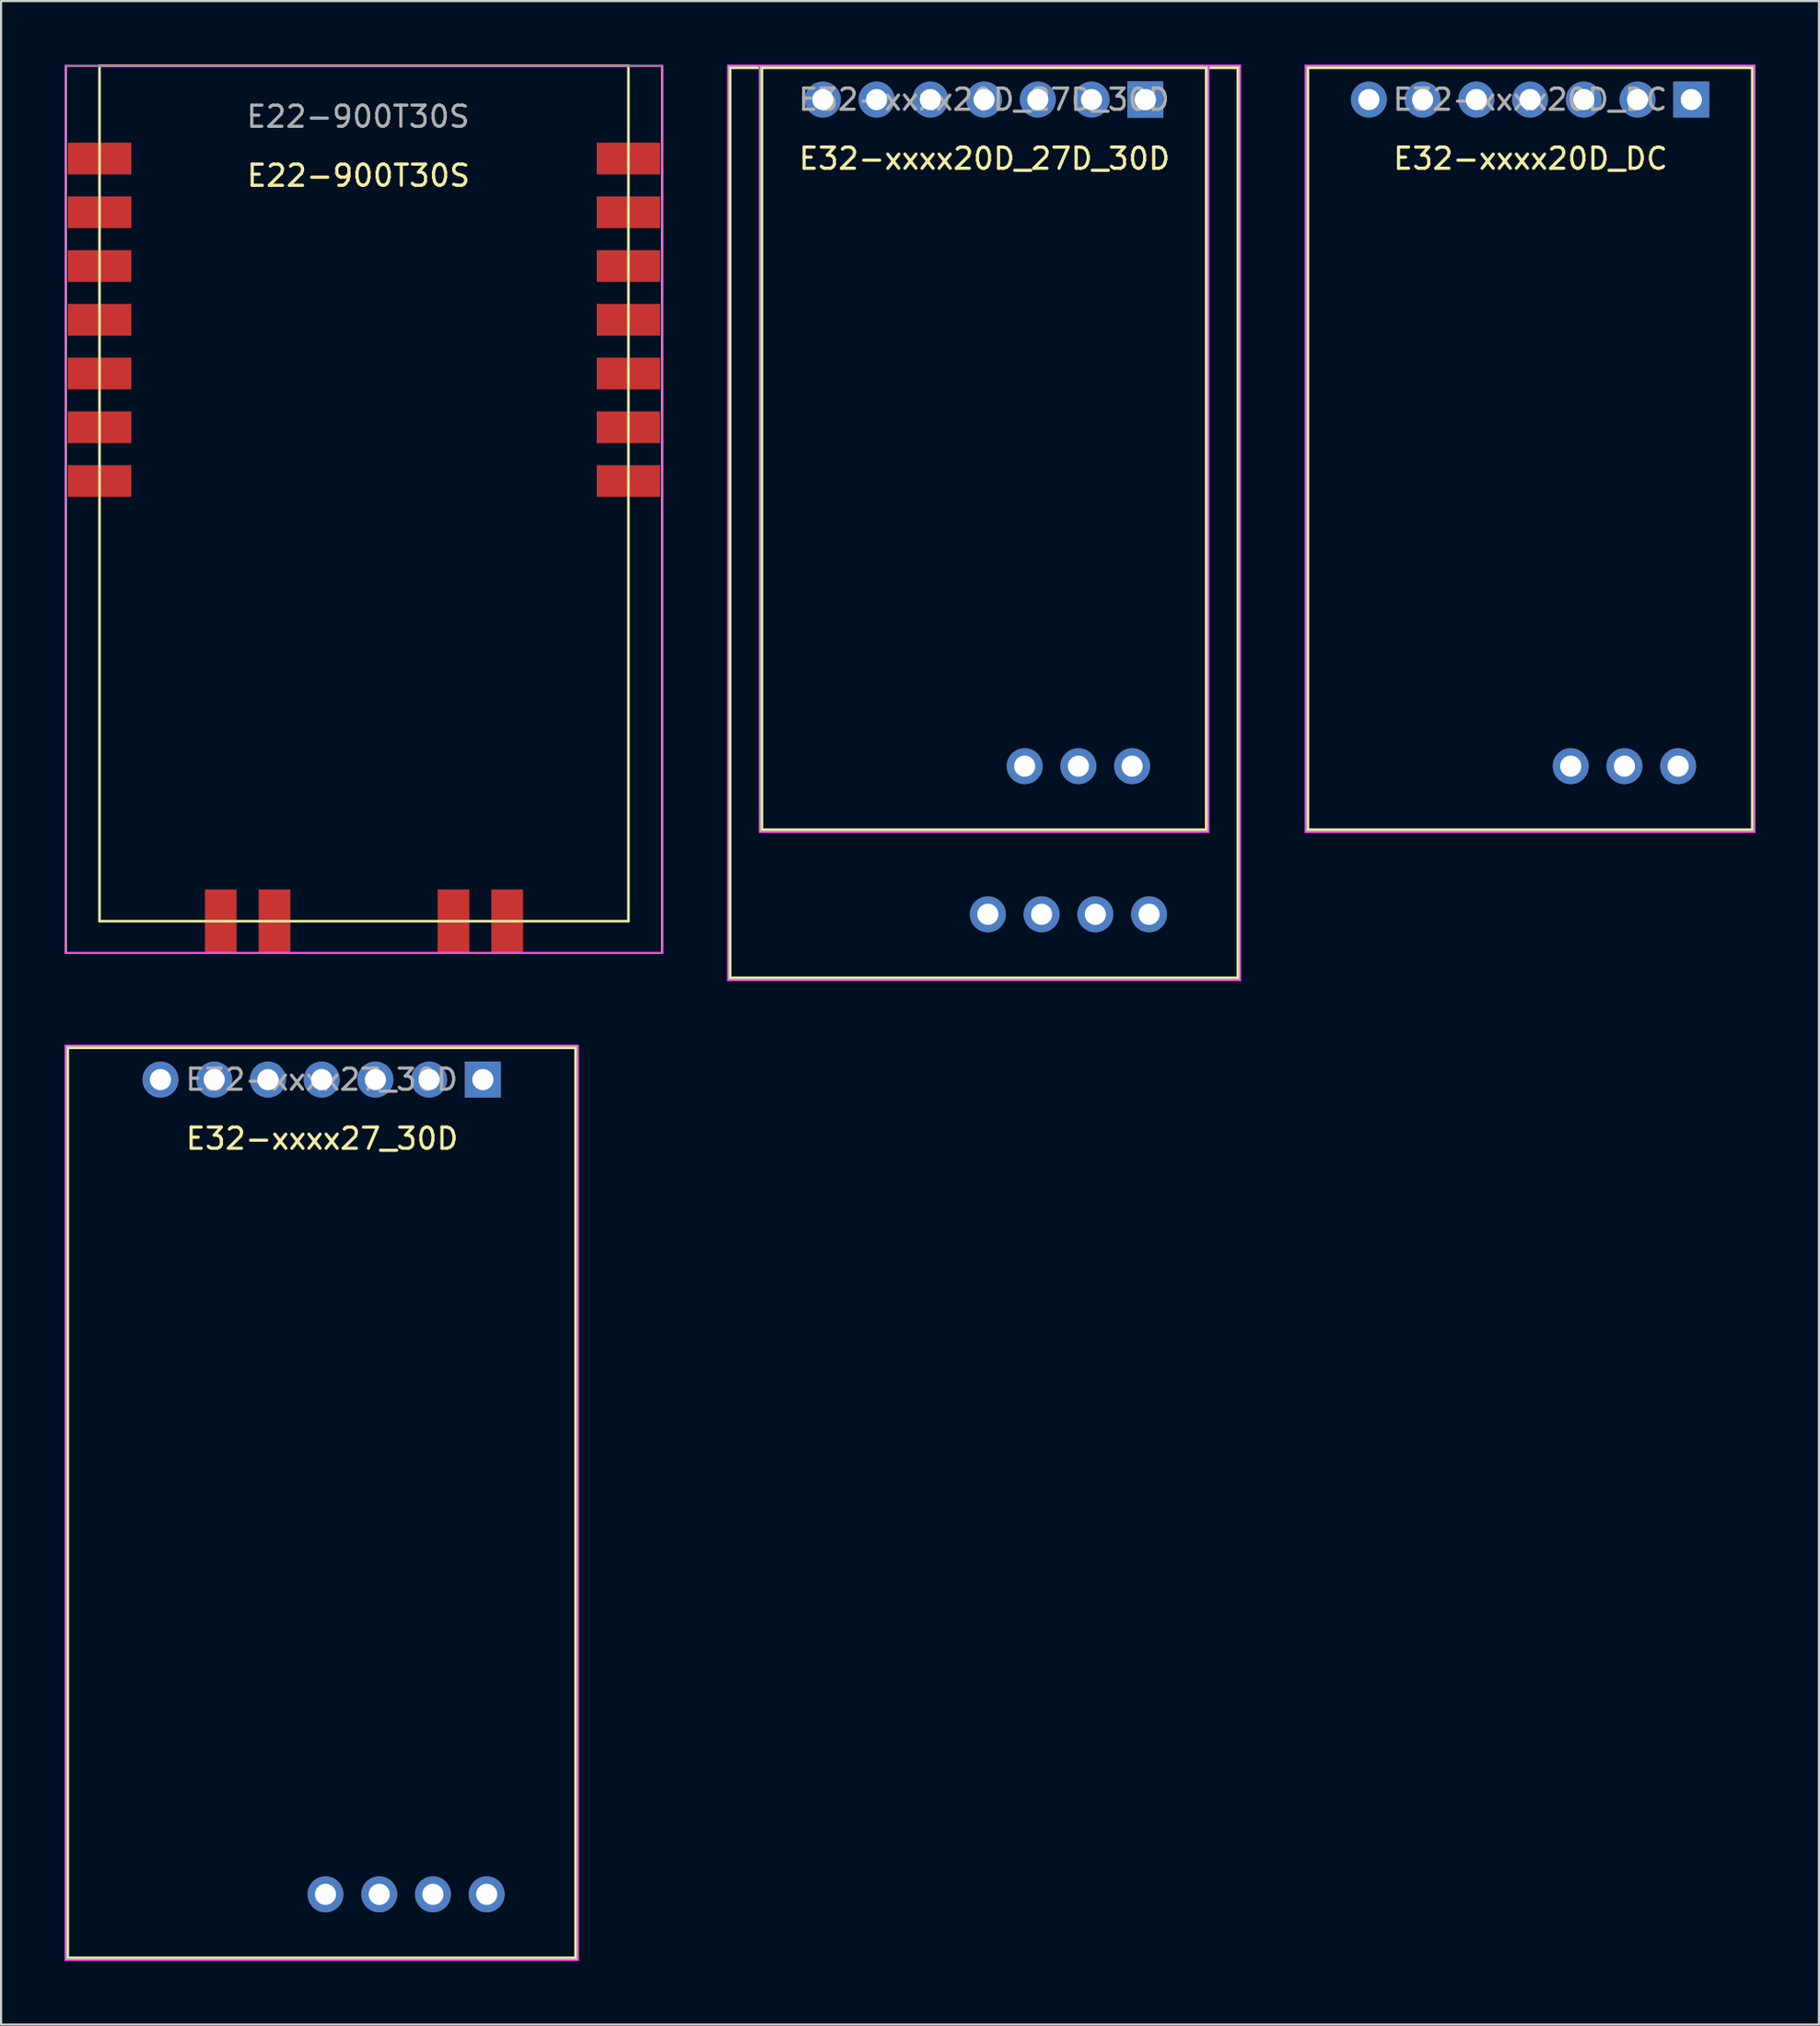
<source format=kicad_pcb>
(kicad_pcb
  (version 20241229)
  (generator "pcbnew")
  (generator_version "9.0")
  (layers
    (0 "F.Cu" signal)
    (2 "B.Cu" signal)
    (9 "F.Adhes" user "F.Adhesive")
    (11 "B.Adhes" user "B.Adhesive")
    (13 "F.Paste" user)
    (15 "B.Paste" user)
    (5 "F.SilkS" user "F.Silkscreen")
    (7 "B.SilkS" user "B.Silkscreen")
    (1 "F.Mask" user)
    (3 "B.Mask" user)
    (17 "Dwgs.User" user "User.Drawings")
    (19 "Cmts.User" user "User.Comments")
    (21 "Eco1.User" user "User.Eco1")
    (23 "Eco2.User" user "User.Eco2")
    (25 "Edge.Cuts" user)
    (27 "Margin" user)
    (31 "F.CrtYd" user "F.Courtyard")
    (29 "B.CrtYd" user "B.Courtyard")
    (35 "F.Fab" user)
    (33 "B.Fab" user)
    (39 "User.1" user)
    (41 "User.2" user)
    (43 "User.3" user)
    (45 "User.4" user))
  (footprint "E32-xxxx20D_DC"
    (layer "F.Cu")
    (at 76.895 1.655)
    (property "Reference" "E32-xxxx20D_DC" (at -7.6 2.79 0) (layer "F.SilkS") (effects (font (size 1 1) (thickness 0.15))))
    (attr through_hole)
    (fp_line (start -18.12 -1.5) (end -18.12 34.5) (stroke (width 0.12) (type solid)) (layer "F.SilkS"))
    (fp_line (start 2.88 -1.5) (end -18.12 -1.5) (stroke (width 0.12) (type solid)) (layer "F.SilkS"))
    (fp_line (start 2.88 -1.5) (end 2.88 34.5) (stroke (width 0.12) (type solid)) (layer "F.SilkS"))
    (fp_line (start 2.88 34.5) (end -18.12 34.5) (stroke (width 0.12) (type solid)) (layer "F.SilkS"))
    (fp_line (start -18.25 -1.63) (end 3.01 -1.63) (stroke (width 0.05) (type solid)) (layer "F.CrtYd"))
    (fp_line (start -18.25 34.63) (end -18.25 -1.63) (stroke (width 0.05) (type solid)) (layer "F.CrtYd"))
    (fp_line (start 3.01 -1.63) (end 3.01 34.63) (stroke (width 0.05) (type solid)) (layer "F.CrtYd"))
    (fp_line (start 3.01 34.63) (end -18.25 34.63) (stroke (width 0.05) (type solid)) (layer "F.CrtYd"))
    (fp_line (start -18.21 -1.59) (end 2.97 -1.59) (stroke (width 0.1) (type solid)) (layer "F.Fab"))
    (fp_line (start -18.21 34.59) (end -18.21 -1.59) (stroke (width 0.1) (type solid)) (layer "F.Fab"))
    (fp_line (start 2.97 -1.59) (end 2.97 34.59) (stroke (width 0.1) (type solid)) (layer "F.Fab"))
    (fp_line (start 2.97 34.59) (end -18.21 34.59) (stroke (width 0.1) (type solid)) (layer "F.Fab"))
    (fp_text user "${REFERENCE}" (at -7.62 0 0) (layer "F.Fab") (effects (font (size 1 1) (thickness 0.15))))
    (pad "1" thru_hole rect (at 0 0 270) (size 1.7 1.7) (drill 1) (layers "*.Cu" "*.Mask"))
    (pad "2" thru_hole oval (at -2.54 0 270) (size 1.7 1.7) (drill 1) (layers "*.Cu" "*.Mask"))
    (pad "3" thru_hole oval (at -5.08 0 270) (size 1.7 1.7) (drill 1) (layers "*.Cu" "*.Mask"))
    (pad "4" thru_hole oval (at -7.62 0 270) (size 1.7 1.7) (drill 1) (layers "*.Cu" "*.Mask"))
    (pad "5" thru_hole oval (at -10.16 0 270) (size 1.7 1.7) (drill 1) (layers "*.Cu" "*.Mask"))
    (pad "6" thru_hole oval (at -12.7 0 270) (size 1.7 1.7) (drill 1) (layers "*.Cu" "*.Mask"))
    (pad "7" thru_hole oval (at -15.24 0 270) (size 1.7 1.7) (drill 1) (layers "*.Cu" "*.Mask"))
    (pad "8" thru_hole oval (at -5.7 31.5 270) (size 1.7 1.7) (drill 1) (layers "*.Cu" "*.Mask"))
    (pad "9" thru_hole oval (at -3.16 31.5 270) (size 1.7 1.7) (drill 1) (layers "*.Cu" "*.Mask"))
    (pad "10" thru_hole circle (at -0.62 31.5 270) (size 1.7 1.7) (drill 1) (layers "*.Cu" "*.Mask")))
  (footprint "E22-900T30S"
    (layer "F.Cu")
    (at 1.655 4.44)
    (property "Reference" "E22-900T30S" (at 12.24 0.81 0) (layer "F.SilkS") (effects (font (size 1 1) (thickness 0.15))))
    (attr through_hole)
    (fp_line (start 0 -4.38) (end 0 36.04) (stroke (width 0.12) (type solid)) (layer "F.SilkS"))
    (fp_line (start 25 -4.38) (end 0 -4.38) (stroke (width 0.12) (type solid)) (layer "F.SilkS"))
    (fp_line (start 25 -4.38) (end 25 36.04) (stroke (width 0.12) (type solid)) (layer "F.SilkS"))
    (fp_line (start 25 36.04) (end 0 36.04) (stroke (width 0.12) (type solid)) (layer "F.SilkS"))
    (fp_line (start -1.63 -4.38) (end 26.63 -4.38) (stroke (width 0.05) (type solid)) (layer "F.CrtYd"))
    (fp_line (start -1.63 37.54) (end -1.63 -4.38) (stroke (width 0.05) (type solid)) (layer "F.CrtYd"))
    (fp_line (start 26.63 -4.38) (end 26.63 37.54) (stroke (width 0.05) (type solid)) (layer "F.CrtYd"))
    (fp_line (start 26.63 37.54) (end -1.63 37.54) (stroke (width 0.05) (type solid)) (layer "F.CrtYd"))
    (fp_line (start -1.59 -4.38) (end 26.59 -4.38) (stroke (width 0.1) (type solid)) (layer "F.Fab"))
    (fp_line (start -1.59 37.54) (end -1.59 -4.38) (stroke (width 0.1) (type solid)) (layer "F.Fab"))
    (fp_line (start 26.59 -4.38) (end 26.59 37.54) (stroke (width 0.1) (type solid)) (layer "F.Fab"))
    (fp_line (start 26.59 37.54) (end -1.59 37.54) (stroke (width 0.1) (type solid)) (layer "F.Fab"))
    (fp_text user "${REFERENCE}" (at 12.22 -1.98 0) (layer "F.Fab") (effects (font (size 1 1) (thickness 0.15))))
    (pad "1" smd rect (at 0 15.24) (size 3 1.5) (layers "F.Cu" "F.Mask" "F.Paste"))
    (pad "2" smd rect (at 0 12.7) (size 3 1.5) (layers "F.Cu" "F.Mask" "F.Paste"))
    (pad "3" smd rect (at 0 10.16) (size 3 1.5) (layers "F.Cu" "F.Mask" "F.Paste"))
    (pad "4" smd rect (at 0 7.62) (size 3 1.5) (layers "F.Cu" "F.Mask" "F.Paste"))
    (pad "5" smd rect (at 0 5.08) (size 3 1.5) (layers "F.Cu" "F.Mask" "F.Paste"))
    (pad "6" smd rect (at 0 2.54) (size 3 1.5) (layers "F.Cu" "F.Mask" "F.Paste"))
    (pad "7" smd rect (at 0 0) (size 3 1.5) (layers "F.Cu" "F.Mask" "F.Paste"))
    (pad "8" smd rect (at 25 0) (size 3 1.5) (layers "F.Cu" "F.Mask" "F.Paste"))
    (pad "9" smd rect (at 25 2.54) (size 3 1.5) (layers "F.Cu" "F.Mask" "F.Paste"))
    (pad "10" smd rect (at 25 5.08) (size 3 1.5) (layers "F.Cu" "F.Mask" "F.Paste"))
    (pad "11" smd rect (at 25 7.62) (size 3 1.5) (layers "F.Cu" "F.Mask" "F.Paste"))
    (pad "12" smd rect (at 25 10.16) (size 3 1.5) (layers "F.Cu" "F.Mask" "F.Paste"))
    (pad "13" smd rect (at 25 12.7) (size 3 1.5) (layers "F.Cu" "F.Mask" "F.Paste"))
    (pad "14" smd rect (at 25 15.24) (size 3 1.5) (layers "F.Cu" "F.Mask" "F.Paste"))
    (pad "15" smd rect (at 19.27 36.04 90) (size 3 1.5) (layers "F.Cu" "F.Mask" "F.Paste"))
    (pad "16" smd rect (at 16.73 36.04 90) (size 3 1.5) (layers "F.Cu" "F.Mask" "F.Paste"))
    (pad "17" smd rect (at 8.27 36.04 90) (size 3 1.5) (layers "F.Cu" "F.Mask" "F.Paste"))
    (pad "18" smd rect (at 5.73 36.04 90) (size 3 1.5) (layers "F.Cu" "F.Mask" "F.Paste")))
  (footprint "E32-xxxx27_30D"
    (layer "F.Cu")
    (at 19.775 47.965)
    (property "Reference" "E32-xxxx27_30D" (at -7.6 2.79 0) (layer "F.SilkS") (effects (font (size 1 1) (thickness 0.15))))
    (attr through_hole)
    (fp_line (start -19.62 -1.5) (end -19.62 41.5) (stroke (width 0.12) (type solid)) (layer "F.SilkS"))
    (fp_line (start 4.38 -1.5) (end -19.62 -1.5) (stroke (width 0.12) (type solid)) (layer "F.SilkS"))
    (fp_line (start 4.38 -1.5) (end 4.38 41.5) (stroke (width 0.12) (type solid)) (layer "F.SilkS"))
    (fp_line (start 4.38 41.5) (end -19.62 41.5) (stroke (width 0.12) (type solid)) (layer "F.SilkS"))
    (fp_line (start -19.75 -1.63) (end 4.51 -1.63) (stroke (width 0.05) (type solid)) (layer "F.CrtYd"))
    (fp_line (start -19.75 41.63) (end -19.75 -1.63) (stroke (width 0.05) (type solid)) (layer "F.CrtYd"))
    (fp_line (start 4.51 -1.63) (end 4.51 41.63) (stroke (width 0.05) (type solid)) (layer "F.CrtYd"))
    (fp_line (start 4.51 41.63) (end -19.75 41.63) (stroke (width 0.05) (type solid)) (layer "F.CrtYd"))
    (fp_line (start -19.71 -1.59) (end 4.47 -1.59) (stroke (width 0.1) (type solid)) (layer "F.Fab"))
    (fp_line (start -19.71 41.59) (end -19.71 -1.59) (stroke (width 0.1) (type solid)) (layer "F.Fab"))
    (fp_line (start 4.47 -1.59) (end 4.47 41.59) (stroke (width 0.1) (type solid)) (layer "F.Fab"))
    (fp_line (start 4.47 41.59) (end -19.71 41.59) (stroke (width 0.1) (type solid)) (layer "F.Fab"))
    (fp_text user "${REFERENCE}" (at -7.62 0 0) (layer "F.Fab") (effects (font (size 1 1) (thickness 0.15))))
    (pad "1" thru_hole rect (at 0 0 270) (size 1.7 1.7) (drill 1) (layers "*.Cu" "*.Mask"))
    (pad "2" thru_hole oval (at -2.54 0 270) (size 1.7 1.7) (drill 1) (layers "*.Cu" "*.Mask"))
    (pad "3" thru_hole oval (at -5.08 0 270) (size 1.7 1.7) (drill 1) (layers "*.Cu" "*.Mask"))
    (pad "4" thru_hole oval (at -7.62 0 270) (size 1.7 1.7) (drill 1) (layers "*.Cu" "*.Mask"))
    (pad "5" thru_hole oval (at -10.16 0 270) (size 1.7 1.7) (drill 1) (layers "*.Cu" "*.Mask"))
    (pad "6" thru_hole oval (at -12.7 0 270) (size 1.7 1.7) (drill 1) (layers "*.Cu" "*.Mask"))
    (pad "7" thru_hole oval (at -15.24 0 270) (size 1.7 1.7) (drill 1) (layers "*.Cu" "*.Mask"))
    (pad "8" thru_hole oval (at -7.44 38.5 270) (size 1.7 1.7) (drill 1) (layers "*.Cu" "*.Mask"))
    (pad "9" thru_hole oval (at -4.9 38.5 270) (size 1.7 1.7) (drill 1) (layers "*.Cu" "*.Mask"))
    (pad "10" thru_hole oval (at -2.36 38.5 270) (size 1.7 1.7) (drill 1) (layers "*.Cu" "*.Mask"))
    (pad "11" thru_hole circle (at 0.18 38.5 270) (size 1.7 1.7) (drill 1) (layers "*.Cu" "*.Mask")))
  (footprint "E32-xxxx20D_27D_30D"
    (layer "F.Cu")
    (at 51.085 1.655)
    (property "Reference" "E32-xxxx20D_27D_30D" (at -7.6 2.79 0) (layer "F.SilkS") (effects (font (size 1 1) (thickness 0.15))))
    (attr through_hole)
    (fp_line (start -19.62 -1.5) (end -19.62 41.5) (stroke (width 0.12) (type solid)) (layer "F.SilkS"))
    (fp_line (start -18.12 -1.5) (end -18.12 34.5) (stroke (width 0.12) (type solid)) (layer "F.SilkS"))
    (fp_line (start 2.88 -1.5) (end 2.88 34.5) (stroke (width 0.12) (type solid)) (layer "F.SilkS"))
    (fp_line (start 2.88 34.5) (end -18.12 34.5) (stroke (width 0.12) (type solid)) (layer "F.SilkS"))
    (fp_line (start 4.38 -1.5) (end -19.62 -1.5) (stroke (width 0.12) (type solid)) (layer "F.SilkS"))
    (fp_line (start 4.38 -1.5) (end 4.38 41.5) (stroke (width 0.12) (type solid)) (layer "F.SilkS"))
    (fp_line (start 4.38 41.5) (end -19.62 41.5) (stroke (width 0.12) (type solid)) (layer "F.SilkS"))
    (fp_line (start -19.75 -1.63) (end 4.51 -1.63) (stroke (width 0.05) (type solid)) (layer "F.CrtYd"))
    (fp_line (start -19.75 41.63) (end -19.75 -1.63) (stroke (width 0.05) (type solid)) (layer "F.CrtYd"))
    (fp_line (start -18.25 34.63) (end -18.25 -1.63) (stroke (width 0.05) (type solid)) (layer "F.CrtYd"))
    (fp_line (start 3.01 -1.63) (end 3.01 34.63) (stroke (width 0.05) (type solid)) (layer "F.CrtYd"))
    (fp_line (start 3.01 34.63) (end -18.25 34.63) (stroke (width 0.05) (type solid)) (layer "F.CrtYd"))
    (fp_line (start 4.51 -1.63) (end 4.51 41.63) (stroke (width 0.05) (type solid)) (layer "F.CrtYd"))
    (fp_line (start 4.51 41.63) (end -19.75 41.63) (stroke (width 0.05) (type solid)) (layer "F.CrtYd"))
    (fp_line (start -19.71 -1.59) (end 4.47 -1.59) (stroke (width 0.1) (type solid)) (layer "F.Fab"))
    (fp_line (start -19.71 41.59) (end -19.71 -1.59) (stroke (width 0.1) (type solid)) (layer "F.Fab"))
    (fp_line (start -18.21 34.59) (end -18.21 -1.59) (stroke (width 0.1) (type solid)) (layer "F.Fab"))
    (fp_line (start 2.97 -1.59) (end 2.97 34.59) (stroke (width 0.1) (type solid)) (layer "F.Fab"))
    (fp_line (start 2.97 34.59) (end -18.21 34.59) (stroke (width 0.1) (type solid)) (layer "F.Fab"))
    (fp_line (start 4.47 -1.59) (end 4.47 41.59) (stroke (width 0.1) (type solid)) (layer "F.Fab"))
    (fp_line (start 4.47 41.59) (end -19.71 41.59) (stroke (width 0.1) (type solid)) (layer "F.Fab"))
    (fp_text user "${REFERENCE}" (at -7.62 0 0) (layer "F.Fab") (effects (font (size 1 1) (thickness 0.15))))
    (pad "1" thru_hole rect (at 0 0 270) (size 1.7 1.7) (drill 1) (layers "*.Cu" "*.Mask"))
    (pad "1" thru_hole rect (at 0 0 270) (size 1.7 1.7) (drill 1) (layers "*.Cu" "*.Mask"))
    (pad "2" thru_hole oval (at -2.54 0 270) (size 1.7 1.7) (drill 1) (layers "*.Cu" "*.Mask"))
    (pad "3" thru_hole oval (at -5.08 0 270) (size 1.7 1.7) (drill 1) (layers "*.Cu" "*.Mask"))
    (pad "4" thru_hole oval (at -7.62 0 270) (size 1.7 1.7) (drill 1) (layers "*.Cu" "*.Mask"))
    (pad "5" thru_hole oval (at -10.16 0 270) (size 1.7 1.7) (drill 1) (layers "*.Cu" "*.Mask"))
    (pad "6" thru_hole oval (at -12.7 0 270) (size 1.7 1.7) (drill 1) (layers "*.Cu" "*.Mask"))
    (pad "7" thru_hole oval (at -15.24 0 270) (size 1.7 1.7) (drill 1) (layers "*.Cu" "*.Mask"))
    (pad "8" thru_hole oval (at -5.7 31.5 270) (size 1.7 1.7) (drill 1) (layers "*.Cu" "*.Mask"))
    (pad "9" thru_hole oval (at -3.16 31.5 270) (size 1.7 1.7) (drill 1) (layers "*.Cu" "*.Mask"))
    (pad "10" thru_hole circle (at -0.62 31.5 270) (size 1.7 1.7) (drill 1) (layers "*.Cu" "*.Mask"))
    (pad "11" thru_hole oval (at -7.44 38.5 270) (size 1.7 1.7) (drill 1) (layers "*.Cu" "*.Mask"))
    (pad "12" thru_hole oval (at -4.9 38.5 270) (size 1.7 1.7) (drill 1) (layers "*.Cu" "*.Mask"))
    (pad "13" thru_hole oval (at -2.36 38.5 270) (size 1.7 1.7) (drill 1) (layers "*.Cu" "*.Mask"))
    (pad "14" thru_hole circle (at 0.18 38.5 270) (size 1.7 1.7) (drill 1) (layers "*.Cu" "*.Mask")))
  (gr_rect
    (start -3 -3)
    (end 82.93 92.62)
    (stroke (width 0.1) (type default))
    (fill no)
    (layer "Edge.Cuts")))
</source>
